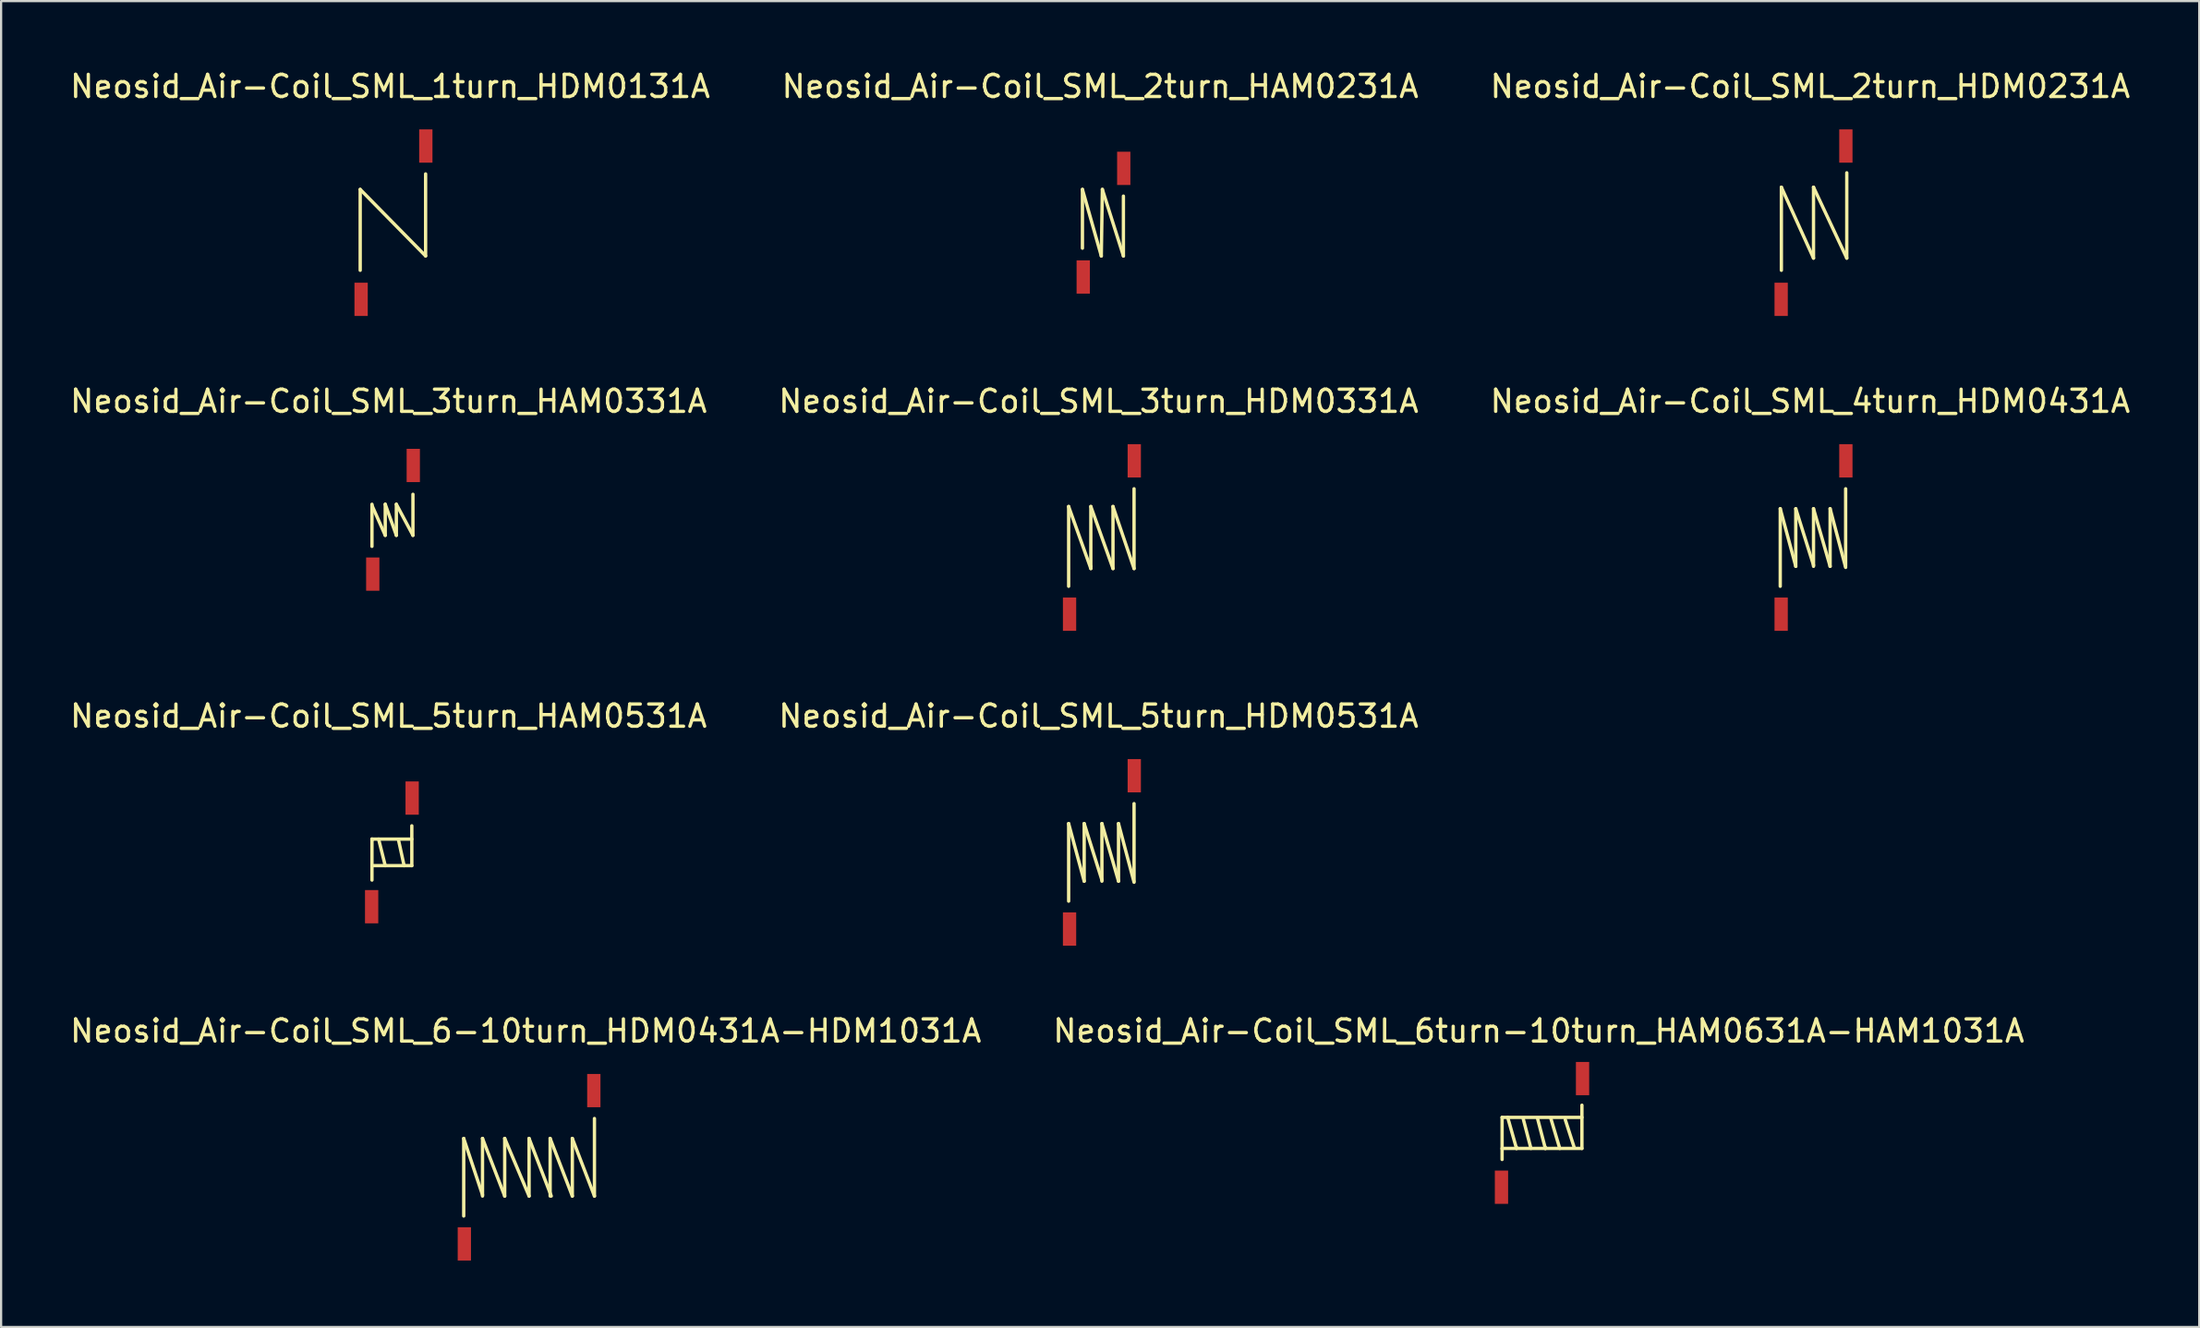
<source format=kicad_pcb>
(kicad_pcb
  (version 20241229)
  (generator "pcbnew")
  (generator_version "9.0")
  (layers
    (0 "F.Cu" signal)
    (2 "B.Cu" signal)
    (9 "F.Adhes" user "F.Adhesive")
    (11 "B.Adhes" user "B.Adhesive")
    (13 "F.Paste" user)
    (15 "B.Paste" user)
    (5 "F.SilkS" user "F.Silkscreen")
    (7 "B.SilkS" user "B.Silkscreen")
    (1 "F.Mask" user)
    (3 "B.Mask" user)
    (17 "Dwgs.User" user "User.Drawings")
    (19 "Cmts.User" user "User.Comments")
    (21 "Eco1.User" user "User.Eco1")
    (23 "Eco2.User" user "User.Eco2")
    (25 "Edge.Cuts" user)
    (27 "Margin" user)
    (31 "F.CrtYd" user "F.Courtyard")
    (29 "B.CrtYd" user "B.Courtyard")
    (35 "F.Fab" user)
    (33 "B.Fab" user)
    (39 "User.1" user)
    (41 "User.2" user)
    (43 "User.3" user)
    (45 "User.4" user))
  (footprint "Neosid_Air-Coil_SML_2turn_HDM0231A"
    (layer "F.Cu")
    (at 78.775 6.998)
    (property "Reference" "Neosid_Air-Coil_SML_2turn_HDM0231A" (at -0.15 -6.149 0) (layer "F.SilkS") (effects (font (size 1 1) (thickness 0.15))))
    (attr smd)
    (fp_line (start -1.45 -1.6) (end -1.45 2.149) (stroke (width 0.15) (type solid)) (layer "F.SilkS"))
    (fp_line (start -1.45 -1.6) (end 0 1.6) (stroke (width 0.15) (type solid)) (layer "F.SilkS"))
    (fp_line (start 0 -1.6) (end 0 1.6) (stroke (width 0.15) (type solid)) (layer "F.SilkS"))
    (fp_line (start 0 -1.6) (end 1.501 1.6) (stroke (width 0.15) (type solid)) (layer "F.SilkS"))
    (fp_line (start 1.501 1.6) (end 1.501 -2.25) (stroke (width 0.15) (type solid)) (layer "F.SilkS"))
    (pad "1" smd rect (at -1.46 3.459) (size 0.599 1.501) (layers "F.Cu" "F.Mask" "F.Paste"))
    (pad "2" smd rect (at 1.46 -3.459) (size 0.599 1.501) (layers "F.Cu" "F.Mask" "F.Paste")))
  (footprint "Neosid_Air-Coil_SML_1turn_HDM0131A"
    (layer "F.Cu")
    (at 14.703 6.998)
    (property "Reference" "Neosid_Air-Coil_SML_1turn_HDM0131A" (at -0.15 -6.149 0) (layer "F.SilkS") (effects (font (size 1 1) (thickness 0.15))))
    (attr smd)
    (fp_line (start -1.501 -1.501) (end -1.501 2.149) (stroke (width 0.15) (type solid)) (layer "F.SilkS"))
    (fp_line (start -1.501 -1.501) (end 1.45 1.501) (stroke (width 0.15) (type solid)) (layer "F.SilkS"))
    (fp_line (start 1.45 1.501) (end 1.45 -2.2) (stroke (width 0.15) (type solid)) (layer "F.SilkS"))
    (pad "1" smd rect (at -1.46 3.459) (size 0.599 1.501) (layers "F.Cu" "F.Mask" "F.Paste"))
    (pad "2" smd rect (at 1.46 -3.459) (size 0.599 1.501) (layers "F.Cu" "F.Mask" "F.Paste")))
  (footprint "Neosid_Air-Coil_SML_6-10turn_HDM0431A-HDM1031A"
    (layer "F.Cu")
    (at 20.822 49.621)
    (property "Reference" "Neosid_Air-Coil_SML_6-10turn_HDM0431A-HDM1031A" (at -0.15 -6.149 0) (layer "F.SilkS") (effects (font (size 1 1) (thickness 0.15))))
    (attr smd)
    (fp_line (start -2.949 -1.3) (end -2.949 2.2) (stroke (width 0.15) (type solid)) (layer "F.SilkS"))
    (fp_line (start -2.949 -1.3) (end -2.101 1.25) (stroke (width 0.15) (type solid)) (layer "F.SilkS"))
    (fp_line (start -2.101 -1.3) (end -2.101 1.3) (stroke (width 0.15) (type solid)) (layer "F.SilkS"))
    (fp_line (start -2.101 -1.3) (end -1.1 1.3) (stroke (width 0.15) (type solid)) (layer "F.SilkS"))
    (fp_line (start -1.1 -1.3) (end -1.1 1.3) (stroke (width 0.15) (type solid)) (layer "F.SilkS"))
    (fp_line (start -1.1 -1.3) (end 0 1.3) (stroke (width 0.15) (type solid)) (layer "F.SilkS"))
    (fp_line (start 0 -1.3) (end 0 1.3) (stroke (width 0.15) (type solid)) (layer "F.SilkS"))
    (fp_line (start 0 -1.3) (end 1.001 1.3) (stroke (width 0.15) (type solid)) (layer "F.SilkS"))
    (fp_line (start 0.95 -1.3) (end 0.95 1.3) (stroke (width 0.15) (type solid)) (layer "F.SilkS"))
    (fp_line (start 0.95 -1.3) (end 1.951 1.3) (stroke (width 0.15) (type solid)) (layer "F.SilkS"))
    (fp_line (start 1.951 -1.3) (end 1.951 1.3) (stroke (width 0.15) (type solid)) (layer "F.SilkS"))
    (fp_line (start 1.951 -1.3) (end 2.949 1.3) (stroke (width 0.15) (type solid)) (layer "F.SilkS"))
    (fp_line (start 2.949 1.3) (end 2.949 -2.2) (stroke (width 0.15) (type solid)) (layer "F.SilkS"))
    (pad "1" smd rect (at -2.921 3.459) (size 0.599 1.501) (layers "F.Cu" "F.Mask" "F.Paste"))
    (pad "2" smd rect (at 2.921 -3.459) (size 0.599 1.501) (layers "F.Cu" "F.Mask" "F.Paste")))
  (footprint "Neosid_Air-Coil_SML_5turn_HDM0531A"
    (layer "F.Cu")
    (at 46.668 35.413)
    (property "Reference" "Neosid_Air-Coil_SML_5turn_HDM0531A" (at -0.15 -6.149 0) (layer "F.SilkS") (effects (font (size 1 1) (thickness 0.15))))
    (attr smd)
    (fp_line (start -1.501 -1.3) (end -1.501 2.2) (stroke (width 0.15) (type solid)) (layer "F.SilkS"))
    (fp_line (start -1.501 -1.3) (end -0.8 1.3) (stroke (width 0.15) (type solid)) (layer "F.SilkS"))
    (fp_line (start -0.8 -1.3) (end -0.8 1.3) (stroke (width 0.15) (type solid)) (layer "F.SilkS"))
    (fp_line (start -0.8 -1.3) (end 0 1.25) (stroke (width 0.15) (type solid)) (layer "F.SilkS"))
    (fp_line (start 0 -1.3) (end 0 1.3) (stroke (width 0.15) (type solid)) (layer "F.SilkS"))
    (fp_line (start 0 -1.3) (end 0.749 1.3) (stroke (width 0.15) (type solid)) (layer "F.SilkS"))
    (fp_line (start 0.749 -1.3) (end 0.749 1.3) (stroke (width 0.15) (type solid)) (layer "F.SilkS"))
    (fp_line (start 0.749 -1.3) (end 1.45 1.349) (stroke (width 0.15) (type solid)) (layer "F.SilkS"))
    (fp_line (start 1.45 1.3) (end 1.45 -2.2) (stroke (width 0.15) (type solid)) (layer "F.SilkS"))
    (pad "1" smd rect (at -1.46 3.459) (size 0.599 1.501) (layers "F.Cu" "F.Mask" "F.Paste"))
    (pad "2" smd rect (at 1.46 -3.459) (size 0.599 1.501) (layers "F.Cu" "F.Mask" "F.Paste")))
  (footprint "Neosid_Air-Coil_SML_6turn-10turn_HAM0631A-HAM1031A"
    (layer "F.Cu")
    (at 66.525 48.071)
    (property "Reference" "Neosid_Air-Coil_SML_6turn-10turn_HAM0631A-HAM1031A" (at -0.15 -4.6 0) (layer "F.SilkS") (effects (font (size 1 1) (thickness 0.15))))
    (attr smd)
    (fp_line (start -1.801 -0.701) (end -1.801 0.701) (stroke (width 0.15) (type solid)) (layer "F.SilkS"))
    (fp_line (start -1.801 -0.701) (end 1.801 -0.701) (stroke (width 0.15) (type solid)) (layer "F.SilkS"))
    (fp_line (start -1.801 0.749) (end -1.801 1.199) (stroke (width 0.15) (type solid)) (layer "F.SilkS"))
    (fp_line (start -1.549 -0.701) (end -1.151 0.701) (stroke (width 0.15) (type solid)) (layer "F.SilkS"))
    (fp_line (start -1.151 0.701) (end -1.151 0.65) (stroke (width 0.15) (type solid)) (layer "F.SilkS"))
    (fp_line (start -0.851 -0.65) (end -0.5 0.701) (stroke (width 0.15) (type solid)) (layer "F.SilkS"))
    (fp_line (start -0.201 -0.65) (end 0.15 0.701) (stroke (width 0.15) (type solid)) (layer "F.SilkS"))
    (fp_line (start 0.15 0.701) (end 0.15 0.65) (stroke (width 0.15) (type solid)) (layer "F.SilkS"))
    (fp_line (start 0.399 -0.65) (end 0.8 0.701) (stroke (width 0.15) (type solid)) (layer "F.SilkS"))
    (fp_line (start 1.049 -0.599) (end 1.45 0.65) (stroke (width 0.15) (type solid)) (layer "F.SilkS"))
    (fp_line (start 1.801 0.701) (end -1.801 0.701) (stroke (width 0.15) (type solid)) (layer "F.SilkS"))
    (fp_line (start 1.801 0.701) (end 1.801 -1.25) (stroke (width 0.15) (type solid)) (layer "F.SilkS"))
    (pad "1" smd rect (at -1.829 2.451) (size 0.599 1.501) (layers "F.Cu" "F.Mask" "F.Paste"))
    (pad "2" smd rect (at 1.829 -2.451) (size 0.599 1.501) (layers "F.Cu" "F.Mask" "F.Paste")))
  (footprint "Neosid_Air-Coil_SML_4turn_HDM0431A"
    (layer "F.Cu")
    (at 78.775 21.205)
    (property "Reference" "Neosid_Air-Coil_SML_4turn_HDM0431A" (at -0.15 -6.149 0) (layer "F.SilkS") (effects (font (size 1 1) (thickness 0.15))))
    (attr smd)
    (fp_line (start -1.501 -1.3) (end -1.501 2.2) (stroke (width 0.15) (type solid)) (layer "F.SilkS"))
    (fp_line (start -1.501 -1.3) (end -0.8 1.3) (stroke (width 0.15) (type solid)) (layer "F.SilkS"))
    (fp_line (start -0.8 -1.3) (end -0.8 1.3) (stroke (width 0.15) (type solid)) (layer "F.SilkS"))
    (fp_line (start -0.8 -1.3) (end 0 1.25) (stroke (width 0.15) (type solid)) (layer "F.SilkS"))
    (fp_line (start 0 -1.3) (end 0 1.3) (stroke (width 0.15) (type solid)) (layer "F.SilkS"))
    (fp_line (start 0 -1.3) (end 0.749 1.3) (stroke (width 0.15) (type solid)) (layer "F.SilkS"))
    (fp_line (start 0.749 -1.3) (end 0.749 1.3) (stroke (width 0.15) (type solid)) (layer "F.SilkS"))
    (fp_line (start 0.749 -1.3) (end 1.45 1.349) (stroke (width 0.15) (type solid)) (layer "F.SilkS"))
    (fp_line (start 1.45 1.3) (end 1.45 -2.2) (stroke (width 0.15) (type solid)) (layer "F.SilkS"))
    (pad "1" smd rect (at -1.46 3.459) (size 0.599 1.501) (layers "F.Cu" "F.Mask" "F.Paste"))
    (pad "2" smd rect (at 1.46 -3.459) (size 0.599 1.501) (layers "F.Cu" "F.Mask" "F.Paste")))
  (footprint "Neosid_Air-Coil_SML_3turn_HDM0331A"
    (layer "F.Cu")
    (at 46.668 21.205)
    (property "Reference" "Neosid_Air-Coil_SML_3turn_HDM0331A" (at -0.15 -6.149 0) (layer "F.SilkS") (effects (font (size 1 1) (thickness 0.15))))
    (attr smd)
    (fp_line (start -1.501 -1.4) (end -1.501 2.2) (stroke (width 0.15) (type solid)) (layer "F.SilkS"))
    (fp_line (start -1.501 -1.4) (end -0.5 1.4) (stroke (width 0.15) (type solid)) (layer "F.SilkS"))
    (fp_line (start -0.5 -1.4) (end -0.5 1.3) (stroke (width 0.15) (type solid)) (layer "F.SilkS"))
    (fp_line (start -0.5 -1.4) (end 0.5 1.4) (stroke (width 0.15) (type solid)) (layer "F.SilkS"))
    (fp_line (start -0.5 1.3) (end -0.5 1.4) (stroke (width 0.15) (type solid)) (layer "F.SilkS"))
    (fp_line (start 0.5 -1.4) (end 0.5 1.4) (stroke (width 0.15) (type solid)) (layer "F.SilkS"))
    (fp_line (start 0.5 -1.4) (end 1.45 1.4) (stroke (width 0.15) (type solid)) (layer "F.SilkS"))
    (fp_line (start 1.45 1.4) (end 1.45 -2.2) (stroke (width 0.15) (type solid)) (layer "F.SilkS"))
    (pad "1" smd rect (at -1.46 3.459) (size 0.599 1.501) (layers "F.Cu" "F.Mask" "F.Paste"))
    (pad "2" smd rect (at 1.46 -3.459) (size 0.599 1.501) (layers "F.Cu" "F.Mask" "F.Paste")))
  (footprint "Neosid_Air-Coil_SML_3turn_HAM0331A"
    (layer "F.Cu")
    (at 14.683 20.405)
    (property "Reference" "Neosid_Air-Coil_SML_3turn_HAM0331A" (at -0.201 -5.349 0) (layer "F.SilkS") (effects (font (size 1 1) (thickness 0.15))))
    (attr smd)
    (fp_line (start -0.95 -0.65) (end -0.351 0.701) (stroke (width 0.15) (type solid)) (layer "F.SilkS"))
    (fp_line (start -0.95 1.199) (end -0.95 -0.701) (stroke (width 0.15) (type solid)) (layer "F.SilkS"))
    (fp_line (start -0.351 -0.701) (end 0.15 0.701) (stroke (width 0.15) (type solid)) (layer "F.SilkS"))
    (fp_line (start -0.351 0.701) (end -0.351 -0.701) (stroke (width 0.15) (type solid)) (layer "F.SilkS"))
    (fp_line (start 0.15 -0.701) (end 0.899 0.701) (stroke (width 0.15) (type solid)) (layer "F.SilkS"))
    (fp_line (start 0.15 0.701) (end 0.15 -0.701) (stroke (width 0.15) (type solid)) (layer "F.SilkS"))
    (fp_line (start 0.899 -1.151) (end 0.899 0.701) (stroke (width 0.15) (type solid)) (layer "F.SilkS"))
    (pad "1" smd rect (at -0.914 2.451) (size 0.599 1.501) (layers "F.Cu" "F.Mask" "F.Paste"))
    (pad "2" smd rect (at 0.914 -2.451) (size 0.599 1.501) (layers "F.Cu" "F.Mask" "F.Paste")))
  (footprint "Neosid_Air-Coil_SML_5turn_HAM0531A"
    (layer "F.Cu")
    (at 14.632 35.413)
    (property "Reference" "Neosid_Air-Coil_SML_5turn_HAM0531A" (at -0.15 -6.149 0) (layer "F.SilkS") (effects (font (size 1 1) (thickness 0.15))))
    (attr smd)
    (fp_line (start -0.899 -0.599) (end -0.899 -0.551) (stroke (width 0.15) (type solid)) (layer "F.SilkS"))
    (fp_line (start -0.899 -0.599) (end 0.899 -0.599) (stroke (width 0.15) (type solid)) (layer "F.SilkS"))
    (fp_line (start -0.899 1.25) (end -0.899 -0.599) (stroke (width 0.15) (type solid)) (layer "F.SilkS"))
    (fp_line (start -0.599 -0.599) (end -0.3 0.599) (stroke (width 0.15) (type solid)) (layer "F.SilkS"))
    (fp_line (start 0.3 -0.551) (end 0.551 0.599) (stroke (width 0.15) (type solid)) (layer "F.SilkS"))
    (fp_line (start 0.899 0.599) (end -0.851 0.599) (stroke (width 0.15) (type solid)) (layer "F.SilkS"))
    (fp_line (start 0.899 0.599) (end 0.899 -1.199) (stroke (width 0.15) (type solid)) (layer "F.SilkS"))
    (pad "1" smd rect (at -0.914 2.451) (size 0.599 1.501) (layers "F.Cu" "F.Mask" "F.Paste"))
    (pad "2" smd rect (at 0.914 -2.451) (size 0.599 1.501) (layers "F.Cu" "F.Mask" "F.Paste")))
  (footprint "Neosid_Air-Coil_SML_2turn_HAM0231A"
    (layer "F.Cu")
    (at 46.739 6.998)
    (property "Reference" "Neosid_Air-Coil_SML_2turn_HAM0231A" (at -0.15 -6.149 0) (layer "F.SilkS") (effects (font (size 1 1) (thickness 0.15))))
    (attr smd)
    (fp_line (start -0.95 -1.501) (end -0.099 1.501) (stroke (width 0.15) (type solid)) (layer "F.SilkS"))
    (fp_line (start -0.95 1.151) (end -0.95 -1.501) (stroke (width 0.15) (type solid)) (layer "F.SilkS"))
    (fp_line (start -0.099 1.501) (end -0.051 -1.501) (stroke (width 0.15) (type solid)) (layer "F.SilkS"))
    (fp_line (start -0.051 -1.501) (end 0.899 1.501) (stroke (width 0.15) (type solid)) (layer "F.SilkS"))
    (fp_line (start 0.899 -1.199) (end 0.899 1.501) (stroke (width 0.15) (type solid)) (layer "F.SilkS"))
    (pad "1" smd rect (at -0.914 2.451) (size 0.599 1.501) (layers "F.Cu" "F.Mask" "F.Paste"))
    (pad "2" smd rect (at 0.914 -2.451) (size 0.599 1.501) (layers "F.Cu" "F.Mask" "F.Paste")))
  (gr_rect
    (start -3 -3)
    (end 96.179 56.831)
    (stroke (width 0.1) (type default))
    (fill no)
    (layer "Edge.Cuts")))
</source>
